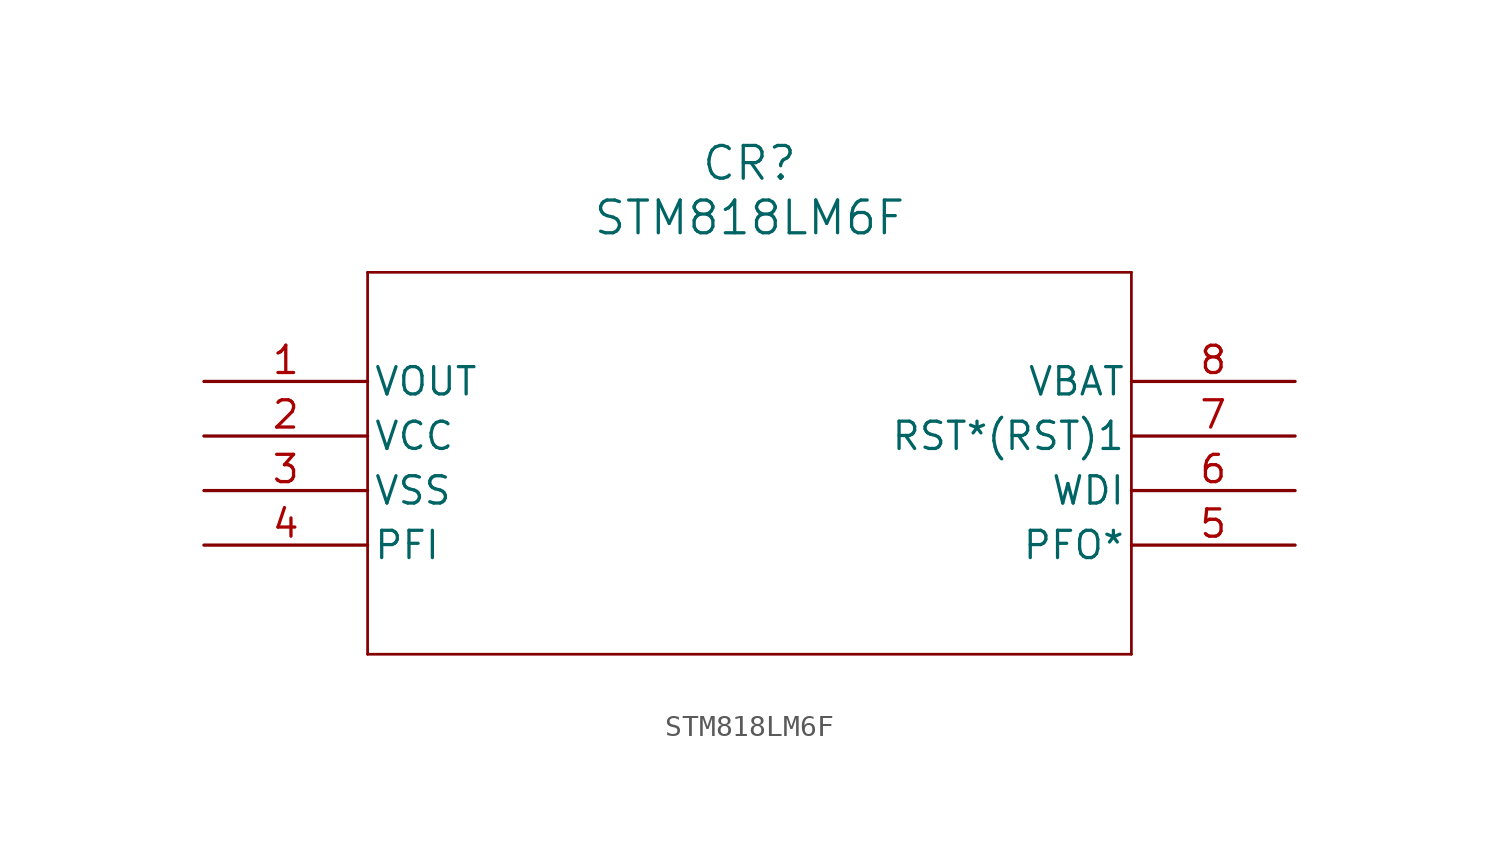
<source format=kicad_sym>
(kicad_symbol_lib
  (version 20211014)
  (generator kicad_symbol_editor)
  (symbol "STM818LM6F"
    (pin_names
      (offset 0.254))
    (property "Reference" "CR"
      (at 25.4 10.16 0)
      (effects (font (size 1.524 1.524))))
    (property "Value" "STM818LM6F"
      (at 25.4 7.62 0)
      (effects (font (size 1.524 1.524))))
    (symbol "STM818LM6F_0_1"
      (polyline (pts (xy 7.62 5.08) (xy 7.62 -12.7)) (stroke (width 0.127) (type default) (color 0 0 0 0)) (fill (type none)))
      (polyline (pts (xy 7.62 -12.7) (xy 43.18 -12.7)) (stroke (width 0.127) (type default) (color 0 0 0 0)) (fill (type none)))
      (polyline (pts (xy 43.18 -12.7) (xy 43.18 5.08)) (stroke (width 0.127) (type default) (color 0 0 0 0)) (fill (type none)))
      (polyline (pts (xy 43.18 5.08) (xy 7.62 5.08)) (stroke (width 0.127) (type default) (color 0 0 0 0)) (fill (type none)))
      (pin output line (at 0 0 0) (length 7.62) (name "VOUT" (effects (font (size 1.27 1.27)))) (number "1" (effects (font (size 1.27 1.27)))))
      (pin power_in line (at 0 -2.54 0) (length 7.62) (name "VCC" (effects (font (size 1.27 1.27)))) (number "2" (effects (font (size 1.27 1.27)))))
      (pin power_in line (at 0 -5.08 0) (length 7.62) (name "VSS" (effects (font (size 1.27 1.27)))) (number "3" (effects (font (size 1.27 1.27)))))
      (pin input line (at 0 -7.62 0) (length 7.62) (name "PFI" (effects (font (size 1.27 1.27)))) (number "4" (effects (font (size 1.27 1.27)))))
      (pin output line (at 50.8 -7.62 180) (length 7.62) (name "PFO*" (effects (font (size 1.27 1.27)))) (number "5" (effects (font (size 1.27 1.27)))))
      (pin input line (at 50.8 -5.08 180) (length 7.62) (name "WDI" (effects (font (size 1.27 1.27)))) (number "6" (effects (font (size 1.27 1.27)))))
      (pin output line (at 50.8 -2.54 180) (length 7.62) (name "RST*(RST)1" (effects (font (size 1.27 1.27)))) (number "7" (effects (font (size 1.27 1.27)))))
      (pin power_in line (at 50.8 0 180) (length 7.62) (name "VBAT" (effects (font (size 1.27 1.27)))) (number "8" (effects (font (size 1.27 1.27))))))))
</source>
